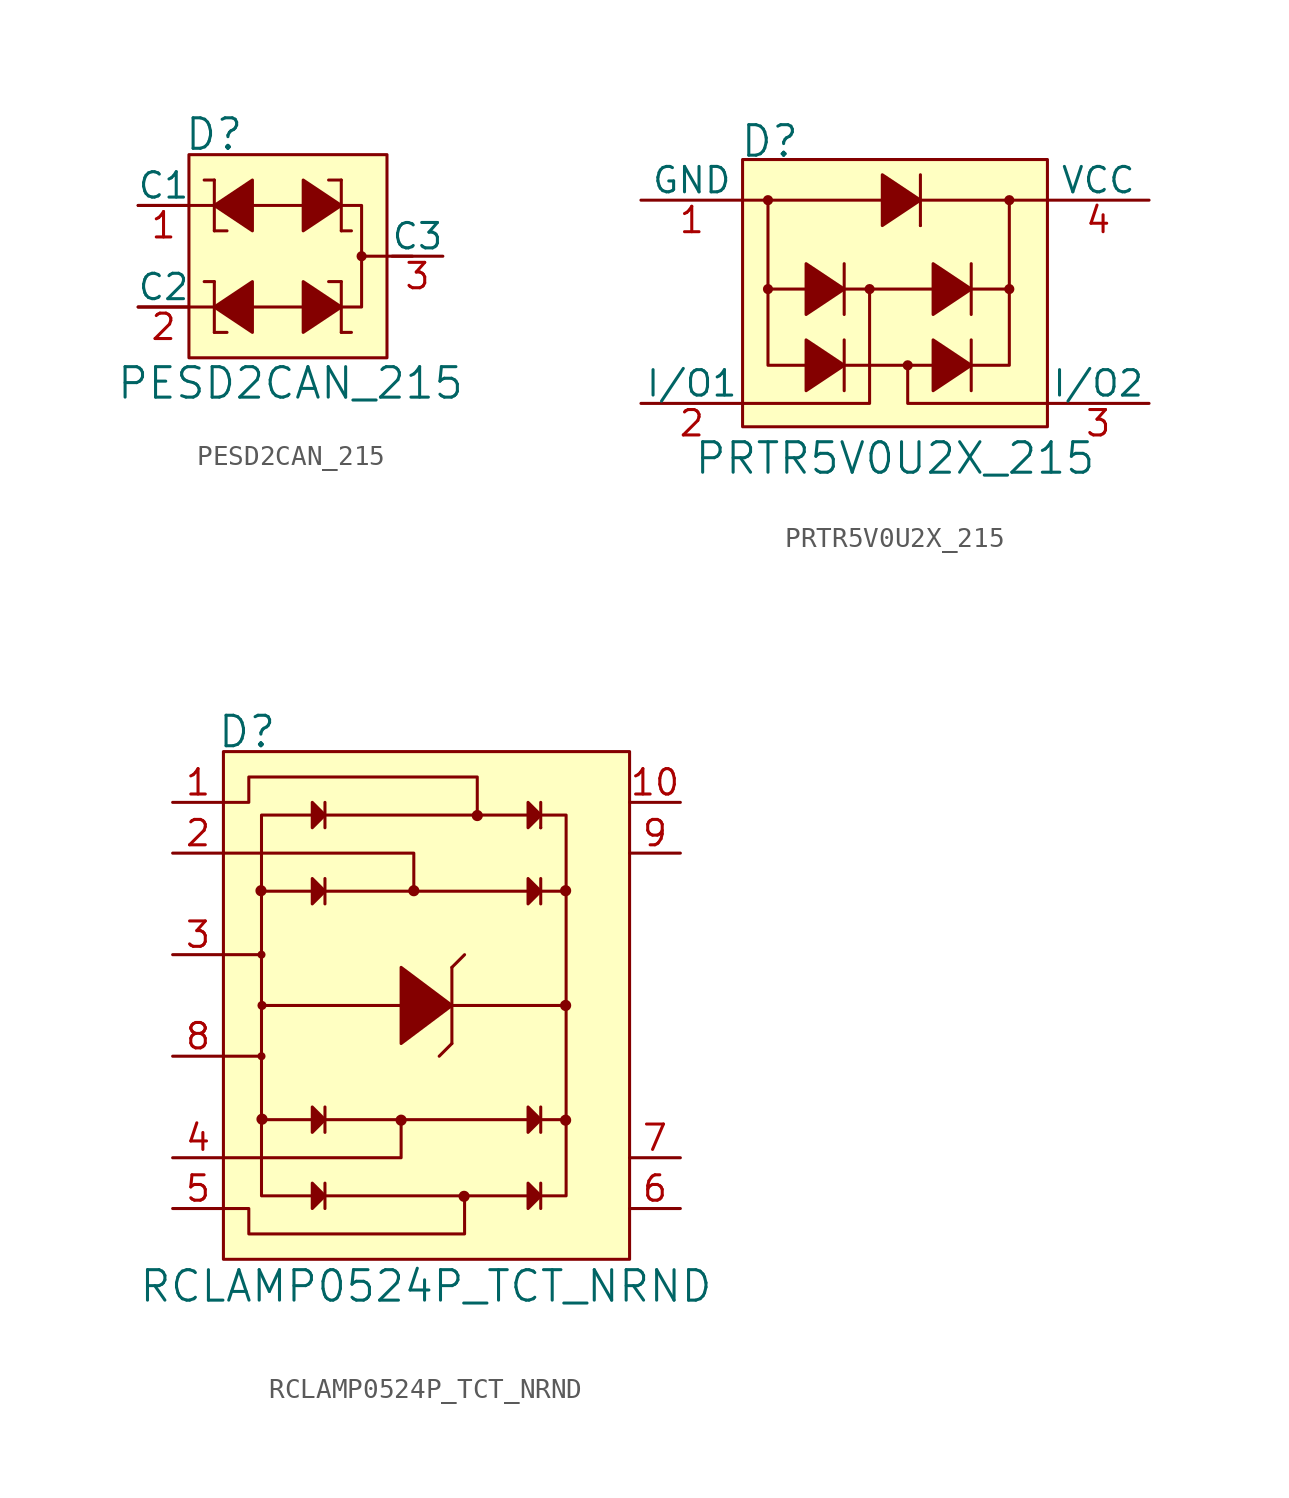
<source format=kicad_sym>
(kicad_symbol_lib
  (version 20201005)
  (generator kicad_symbol_editor)
  (symbol "PESD2CAN_215"
    (pin_names
      (offset 0))
    (property "Reference" "D"
      (at -5.334 6.096 0)
      (effects (font (size 1.524 1.524)) (justify left)))
    (property "Value" "PESD2CAN_215"
      (at 0 -6.35 0)
      (effects (font (size 1.524 1.524))))
    (symbol "PESD2CAN_215_0_1"
      (circle (center 3.556 0) (radius 0.178) (stroke (width 0)) (fill (type outline)))
      (rectangle (start -5.08 5.08) (end 4.826 -5.08) (stroke (width 0)) (fill (type background)))
      (polyline (pts (xy -3.81 -3.81) (xy -3.175 -3.81)) (stroke (width 0)) (fill (type none)))
      (polyline (pts (xy -3.81 -2.54) (xy -7.62 -2.54)) (stroke (width 0)) (fill (type none)))
      (polyline (pts (xy -3.81 -1.27) (xy -4.318 -1.27)) (stroke (width 0)) (fill (type none)))
      (polyline (pts (xy -3.81 -1.27) (xy -3.81 -3.81)) (stroke (width 0)) (fill (type none)))
      (polyline (pts (xy -3.81 1.27) (xy -3.175 1.27)) (stroke (width 0)) (fill (type none)))
      (polyline (pts (xy -3.81 2.54) (xy -7.62 2.54)) (stroke (width 0)) (fill (type none)))
      (polyline (pts (xy -3.81 3.81) (xy -4.318 3.81)) (stroke (width 0)) (fill (type none)))
      (polyline (pts (xy -3.81 3.81) (xy -3.81 1.27)) (stroke (width 0)) (fill (type none)))
      (polyline (pts (xy 0.635 -2.54) (xy -1.905 -2.54)) (stroke (width 0)) (fill (type none)))
      (polyline (pts (xy 0.635 2.54) (xy -1.905 2.54)) (stroke (width 0)) (fill (type none)))
      (polyline (pts (xy 0.635 2.54) (xy 0.635 2.54)) (stroke (width 0)) (fill (type none)))
      (polyline (pts (xy 2.54 -3.81) (xy 3.048 -3.81)) (stroke (width 0)) (fill (type none)))
      (polyline (pts (xy 2.54 -1.27) (xy 1.905 -1.27)) (stroke (width 0)) (fill (type none)))
      (polyline (pts (xy 2.54 -1.27) (xy 2.54 -3.81)) (stroke (width 0)) (fill (type none)))
      (polyline (pts (xy 2.54 1.27) (xy 3.048 1.27)) (stroke (width 0)) (fill (type none)))
      (polyline (pts (xy 2.54 3.81) (xy 1.905 3.81)) (stroke (width 0)) (fill (type none)))
      (polyline (pts (xy 2.54 3.81) (xy 2.54 1.27)) (stroke (width 0)) (fill (type none)))
      (polyline (pts (xy 3.556 0) (xy 6.096 0)) (stroke (width 0)) (fill (type none)))
      (polyline (pts (xy -1.905 -1.27) (xy -1.905 -3.81) (xy -3.81 -2.54) (xy -1.905 -1.27)) (stroke (width 0)) (fill (type outline)))
      (polyline (pts (xy -1.905 1.27) (xy -1.905 3.81) (xy -3.81 2.54) (xy -1.905 1.27)) (stroke (width 0)) (fill (type outline)))
      (polyline (pts (xy 0.635 -1.27) (xy 0.635 -3.81) (xy 2.54 -2.54) (xy 0.635 -1.27)) (stroke (width 0)) (fill (type outline)))
      (polyline (pts (xy 0.635 3.81) (xy 0.635 1.27) (xy 2.54 2.54) (xy 0.635 3.81)) (stroke (width 0)) (fill (type outline)))
      (polyline (pts (xy 1.016 2.54) (xy 3.556 2.54) (xy 3.556 -2.54) (xy 1.016 -2.54)) (stroke (width 0)) (fill (type none))))
    (symbol "PESD2CAN_215_1_1"
      (pin bidirectional line (at -7.62 2.54 0) (length 2.54) (name "C1" (effects (font (size 1.27 1.27)))) (number "1" (effects (font (size 1.27 1.27)))))
      (pin bidirectional line (at -7.62 -2.54 0) (length 2.54) (name "C2" (effects (font (size 1.27 1.27)))) (number "2" (effects (font (size 1.27 1.27)))))
      (pin bidirectional line (at 7.62 0 180) (length 2.54) (name "C3" (effects (font (size 1.27 1.27)))) (number "3" (effects (font (size 1.27 1.27)))))))
  (symbol "PRTR5V0U2X_215"
    (pin_names
      (offset 0))
    (property "Reference" "D"
      (at -7.772 8.026 0)
      (effects (font (size 1.524 1.524)) (justify left)))
    (property "Value" "PRTR5V0U2X_215"
      (at 0 -7.823 0)
      (effects (font (size 1.524 1.524))))
    (symbol "PRTR5V0U2X_215_0_1"
      (circle (center -6.35 0.635) (radius 0.178) (stroke (width 0)) (fill (type outline)))
      (circle (center -6.35 5.08) (radius 0.178) (stroke (width 0)) (fill (type outline)))
      (circle (center -1.27 0.635) (radius 0.178) (stroke (width 0)) (fill (type outline)))
      (circle (center 0.635 -3.175) (radius 0.178) (stroke (width 0)) (fill (type outline)))
      (circle (center 5.715 0.635) (radius 0.178) (stroke (width 0)) (fill (type outline)))
      (circle (center 5.715 5.08) (radius 0.178) (stroke (width 0)) (fill (type outline)))
      (rectangle (start -7.62 7.112) (end 7.62 -6.248) (stroke (width 0)) (fill (type background)))
      (polyline (pts (xy -4.445 0.635) (xy -6.35 0.635)) (stroke (width 0)) (fill (type none)))
      (polyline (pts (xy -2.54 -3.175) (xy 1.905 -3.175)) (stroke (width 0)) (fill (type none)))
      (polyline (pts (xy -2.54 -1.905) (xy -2.54 -4.445)) (stroke (width 0)) (fill (type none)))
      (polyline (pts (xy -2.54 0.635) (xy 1.905 0.635)) (stroke (width 0)) (fill (type outline)))
      (polyline (pts (xy -2.54 1.905) (xy -2.54 -0.635)) (stroke (width 0)) (fill (type none)))
      (polyline (pts (xy -0.635 5.08) (xy -7.62 5.08)) (stroke (width 0)) (fill (type none)))
      (polyline (pts (xy 1.27 3.81) (xy 1.27 3.81)) (stroke (width 0)) (fill (type none)))
      (polyline (pts (xy 1.27 6.35) (xy 1.27 3.81)) (stroke (width 0)) (fill (type none)))
      (polyline (pts (xy 3.81 -1.905) (xy 3.81 -4.445)) (stroke (width 0)) (fill (type none)))
      (polyline (pts (xy 3.81 1.905) (xy 3.81 -0.635)) (stroke (width 0)) (fill (type none)))
      (polyline (pts (xy 5.715 0.635) (xy 3.81 0.635)) (stroke (width 0)) (fill (type none)))
      (polyline (pts (xy 7.62 5.08) (xy 1.27 5.08)) (stroke (width 0)) (fill (type none)))
      (polyline (pts (xy -4.445 -3.175) (xy -6.35 -3.175) (xy -6.35 5.08)) (stroke (width 0)) (fill (type none)))
      (polyline (pts (xy -1.27 0.635) (xy -1.27 -5.08) (xy -7.62 -5.08)) (stroke (width 0)) (fill (type none)))
      (polyline (pts (xy 3.81 -3.175) (xy 5.715 -3.175) (xy 5.715 5.08)) (stroke (width 0)) (fill (type none)))
      (polyline (pts (xy 7.62 -5.08) (xy 0.635 -5.08) (xy 0.635 -3.175)) (stroke (width 0)) (fill (type none)))
      (polyline (pts (xy -4.445 -1.905) (xy -4.445 -4.445) (xy -2.54 -3.175) (xy -4.445 -1.905)) (stroke (width 0)) (fill (type outline)))
      (polyline (pts (xy -4.445 1.905) (xy -4.445 -0.635) (xy -2.54 0.635) (xy -4.445 1.905)) (stroke (width 0)) (fill (type outline)))
      (polyline (pts (xy -0.635 6.35) (xy -0.635 3.81) (xy 1.27 5.08) (xy -0.635 6.35)) (stroke (width 0)) (fill (type outline)))
      (polyline (pts (xy 1.905 -1.905) (xy 1.905 -4.445) (xy 3.81 -3.175) (xy 1.905 -1.905)) (stroke (width 0)) (fill (type outline)))
      (polyline (pts (xy 1.905 1.905) (xy 1.905 -0.635) (xy 3.81 0.635) (xy 1.905 1.905)) (stroke (width 0)) (fill (type outline))))
    (symbol "PRTR5V0U2X_215_1_1"
      (pin output line (at -12.7 5.08 0) (length 5.08) (name "GND" (effects (font (size 1.27 1.27)))) (number "1" (effects (font (size 1.27 1.27)))))
      (pin output line (at -12.7 -5.08 0) (length 5.08) (name "I/O1" (effects (font (size 1.27 1.27)))) (number "2" (effects (font (size 1.27 1.27)))))
      (pin output line (at 12.7 -5.08 180) (length 5.08) (name "I/O2" (effects (font (size 1.27 1.27)))) (number "3" (effects (font (size 1.27 1.27)))))
      (pin output line (at 12.7 5.08 180) (length 5.08) (name "VCC" (effects (font (size 1.27 1.27)))) (number "4" (effects (font (size 1.27 1.27)))))))
  (symbol "RCLAMP0524P_TCT_NRND"
    (pin_names
      (offset 1.016))
    (property "Reference" "D"
      (at -10.49 13.691 0)
      (effects (font (size 1.524 1.524)) (justify left)))
    (property "Value" "RCLAMP0524P_TCT_NRND"
      (at -0.025 -14.046 0)
      (effects (font (size 1.524 1.524))))
    (symbol "RCLAMP0524P_TCT_NRND_0_1"
      (circle (center -8.28 5.74) (radius 0.203) (stroke (width 0)) (fill (type outline)))
      (circle (center -8.255 -2.54) (radius 0.127) (stroke (width 0)) (fill (type none)))
      (circle (center -8.255 2.54) (radius 0.127) (stroke (width 0)) (fill (type none)))
      (circle (center -8.23 -5.69) (radius 0.203) (stroke (width 0)) (fill (type outline)))
      (circle (center -8.23 0) (radius 0.152) (stroke (width 0)) (fill (type none)))
      (circle (center -1.27 -5.74) (radius 0.203) (stroke (width 0)) (fill (type outline)))
      (circle (center -0.635 5.74) (radius 0.203) (stroke (width 0)) (fill (type outline)))
      (circle (center 1.88 -9.55) (radius 0.203) (stroke (width 0)) (fill (type outline)))
      (circle (center 2.54 9.5) (radius 0.203) (stroke (width 0)) (fill (type outline)))
      (circle (center 6.96 -5.74) (radius 0.203) (stroke (width 0)) (fill (type outline)))
      (circle (center 6.96 0) (radius 0.203) (stroke (width 0)) (fill (type outline)))
      (circle (center 6.96 5.74) (radius 0.203) (stroke (width 0)) (fill (type outline)))
      (rectangle (start -10.16 12.7) (end 10.16 -12.7) (stroke (width 0)) (fill (type background)))
      (polyline (pts (xy -10.16 -2.54) (xy -8.255 -2.54)) (stroke (width 0)) (fill (type none)))
      (polyline (pts (xy -10.16 2.54) (xy -8.255 2.54)) (stroke (width 0)) (fill (type none)))
      (polyline (pts (xy -5.715 -5.715) (xy -8.255 -5.715)) (stroke (width 0)) (fill (type none)))
      (polyline (pts (xy -5.715 5.715) (xy -8.255 5.715)) (stroke (width 0)) (fill (type none)))
      (polyline (pts (xy -5.08 -9.525) (xy 5.08 -9.525)) (stroke (width 0)) (fill (type none)))
      (polyline (pts (xy -5.08 -8.89) (xy -5.08 -10.16)) (stroke (width 0)) (fill (type none)))
      (polyline (pts (xy -5.08 -5.715) (xy 5.08 -5.715)) (stroke (width 0)) (fill (type none)))
      (polyline (pts (xy -5.08 -5.08) (xy -5.08 -6.35)) (stroke (width 0)) (fill (type none)))
      (polyline (pts (xy -5.08 5.715) (xy 5.08 5.715)) (stroke (width 0)) (fill (type none)))
      (polyline (pts (xy -5.08 6.35) (xy -5.08 5.08)) (stroke (width 0)) (fill (type none)))
      (polyline (pts (xy -5.08 9.525) (xy 5.08 9.525)) (stroke (width 0)) (fill (type none)))
      (polyline (pts (xy -5.08 10.16) (xy -5.08 8.89)) (stroke (width 0)) (fill (type none)))
      (polyline (pts (xy -1.27 0) (xy -8.255 0)) (stroke (width 0)) (fill (type none)))
      (polyline (pts (xy 1.27 -1.905) (xy 0.635 -2.54)) (stroke (width 0)) (fill (type none)))
      (polyline (pts (xy 1.27 1.905) (xy 1.27 -1.905)) (stroke (width 0)) (fill (type none)))
      (polyline (pts (xy 1.27 1.905) (xy 1.905 2.54)) (stroke (width 0)) (fill (type none)))
      (polyline (pts (xy 5.715 -8.89) (xy 5.715 -10.16)) (stroke (width 0)) (fill (type none)))
      (polyline (pts (xy 5.715 -5.715) (xy 6.985 -5.715)) (stroke (width 0)) (fill (type none)))
      (polyline (pts (xy 5.715 -5.08) (xy 5.715 -6.35)) (stroke (width 0)) (fill (type none)))
      (polyline (pts (xy 5.715 5.715) (xy 6.985 5.715)) (stroke (width 0)) (fill (type none)))
      (polyline (pts (xy 5.715 6.35) (xy 5.715 5.08)) (stroke (width 0)) (fill (type none)))
      (polyline (pts (xy 5.715 8.89) (xy 5.715 8.89)) (stroke (width 0)) (fill (type none)))
      (polyline (pts (xy 5.715 10.16) (xy 5.715 8.89)) (stroke (width 0)) (fill (type none)))
      (polyline (pts (xy 6.985 0) (xy 1.27 0)) (stroke (width 0)) (fill (type none)))
      (polyline (pts (xy 6.985 5.715) (xy 6.985 5.715)) (stroke (width 0)) (fill (type none)))
      (polyline (pts (xy -10.16 -7.62) (xy -1.27 -7.62) (xy -1.27 -5.715)) (stroke (width 0)) (fill (type none)))
      (polyline (pts (xy -10.16 7.62) (xy -0.635 7.62) (xy -0.635 5.715)) (stroke (width 0)) (fill (type none)))
      (polyline (pts (xy -5.715 -9.525) (xy -8.255 -9.525) (xy -8.255 9.525) (xy -5.715 9.525)) (stroke (width 0)) (fill (type none)))
      (polyline (pts (xy -5.715 -8.89) (xy -5.715 -10.16) (xy -5.08 -9.525) (xy -5.715 -8.89)) (stroke (width 0)) (fill (type outline)))
      (polyline (pts (xy -5.715 -5.08) (xy -5.715 -6.35) (xy -5.08 -5.715) (xy -5.715 -5.08)) (stroke (width 0)) (fill (type outline)))
      (polyline (pts (xy -5.715 6.35) (xy -5.715 5.08) (xy -5.08 5.715) (xy -5.715 6.35)) (stroke (width 0)) (fill (type outline)))
      (polyline (pts (xy -5.715 10.16) (xy -5.715 8.89) (xy -5.08 9.525) (xy -5.715 10.16)) (stroke (width 0)) (fill (type outline)))
      (polyline (pts (xy -1.27 1.905) (xy -1.27 -1.905) (xy 1.27 0) (xy -1.27 1.905)) (stroke (width 0)) (fill (type outline)))
      (polyline (pts (xy 5.08 -8.89) (xy 5.08 -10.16) (xy 5.715 -9.525) (xy 5.08 -8.89)) (stroke (width 0)) (fill (type outline)))
      (polyline (pts (xy 5.08 -5.08) (xy 5.08 -6.35) (xy 5.715 -5.715) (xy 5.08 -5.08)) (stroke (width 0)) (fill (type outline)))
      (polyline (pts (xy 5.08 6.35) (xy 5.08 5.08) (xy 5.715 5.715) (xy 5.08 6.35)) (stroke (width 0)) (fill (type outline)))
      (polyline (pts (xy 5.08 10.16) (xy 5.08 8.89) (xy 5.715 9.525) (xy 5.08 10.16)) (stroke (width 0)) (fill (type outline)))
      (polyline (pts (xy 5.715 9.525) (xy 6.985 9.525) (xy 6.985 -9.525) (xy 5.715 -9.525)) (stroke (width 0)) (fill (type none)))
      (polyline (pts (xy 1.905 -9.525) (xy 1.905 -11.43) (xy -8.89 -11.43) (xy -8.89 -10.16) (xy -10.16 -10.16)) (stroke (width 0)) (fill (type none)))
      (polyline (pts (xy 2.54 9.525) (xy 2.54 11.43) (xy -8.89 11.43) (xy -8.89 10.16) (xy -10.16 10.16)) (stroke (width 0)) (fill (type none))))
    (symbol "RCLAMP0524P_TCT_NRND_1_1"
      (pin input line (at -12.7 10.16 0) (length 2.54) (name "~" (effects (font (size 1.27 1.27)))) (number "1" (effects (font (size 1.27 1.27)))))
      (pin input line (at -12.7 7.62 0) (length 2.54) (name "~" (effects (font (size 1.27 1.27)))) (number "2" (effects (font (size 1.27 1.27)))))
      (pin power_in line (at -12.7 2.54 0) (length 2.54) (name "~" (effects (font (size 1.27 1.27)))) (number "3" (effects (font (size 1.27 1.27)))))
      (pin input line (at -12.7 -7.62 0) (length 2.54) (name "~" (effects (font (size 1.27 1.27)))) (number "4" (effects (font (size 1.27 1.27)))))
      (pin input line (at -12.7 -10.16 0) (length 2.54) (name "~" (effects (font (size 1.27 1.27)))) (number "5" (effects (font (size 1.27 1.27)))))
      (pin output line (at 12.7 -10.16 180) (length 2.54) (name "~" (effects (font (size 1.27 1.27)))) (number "6" (effects (font (size 1.27 1.27)))))
      (pin output line (at 12.7 -7.62 180) (length 2.54) (name "~" (effects (font (size 1.27 1.27)))) (number "7" (effects (font (size 1.27 1.27)))))
      (pin power_in line (at -12.7 -2.54 0) (length 2.54) (name "~" (effects (font (size 1.27 1.27)))) (number "8" (effects (font (size 1.27 1.27)))))
      (pin output line (at 12.7 7.62 180) (length 2.54) (name "~" (effects (font (size 1.27 1.27)))) (number "9" (effects (font (size 1.27 1.27)))))
      (pin output line (at 12.7 10.16 180) (length 2.54) (name "~" (effects (font (size 1.27 1.27)))) (number "10" (effects (font (size 1.27 1.27))))))))
</source>
